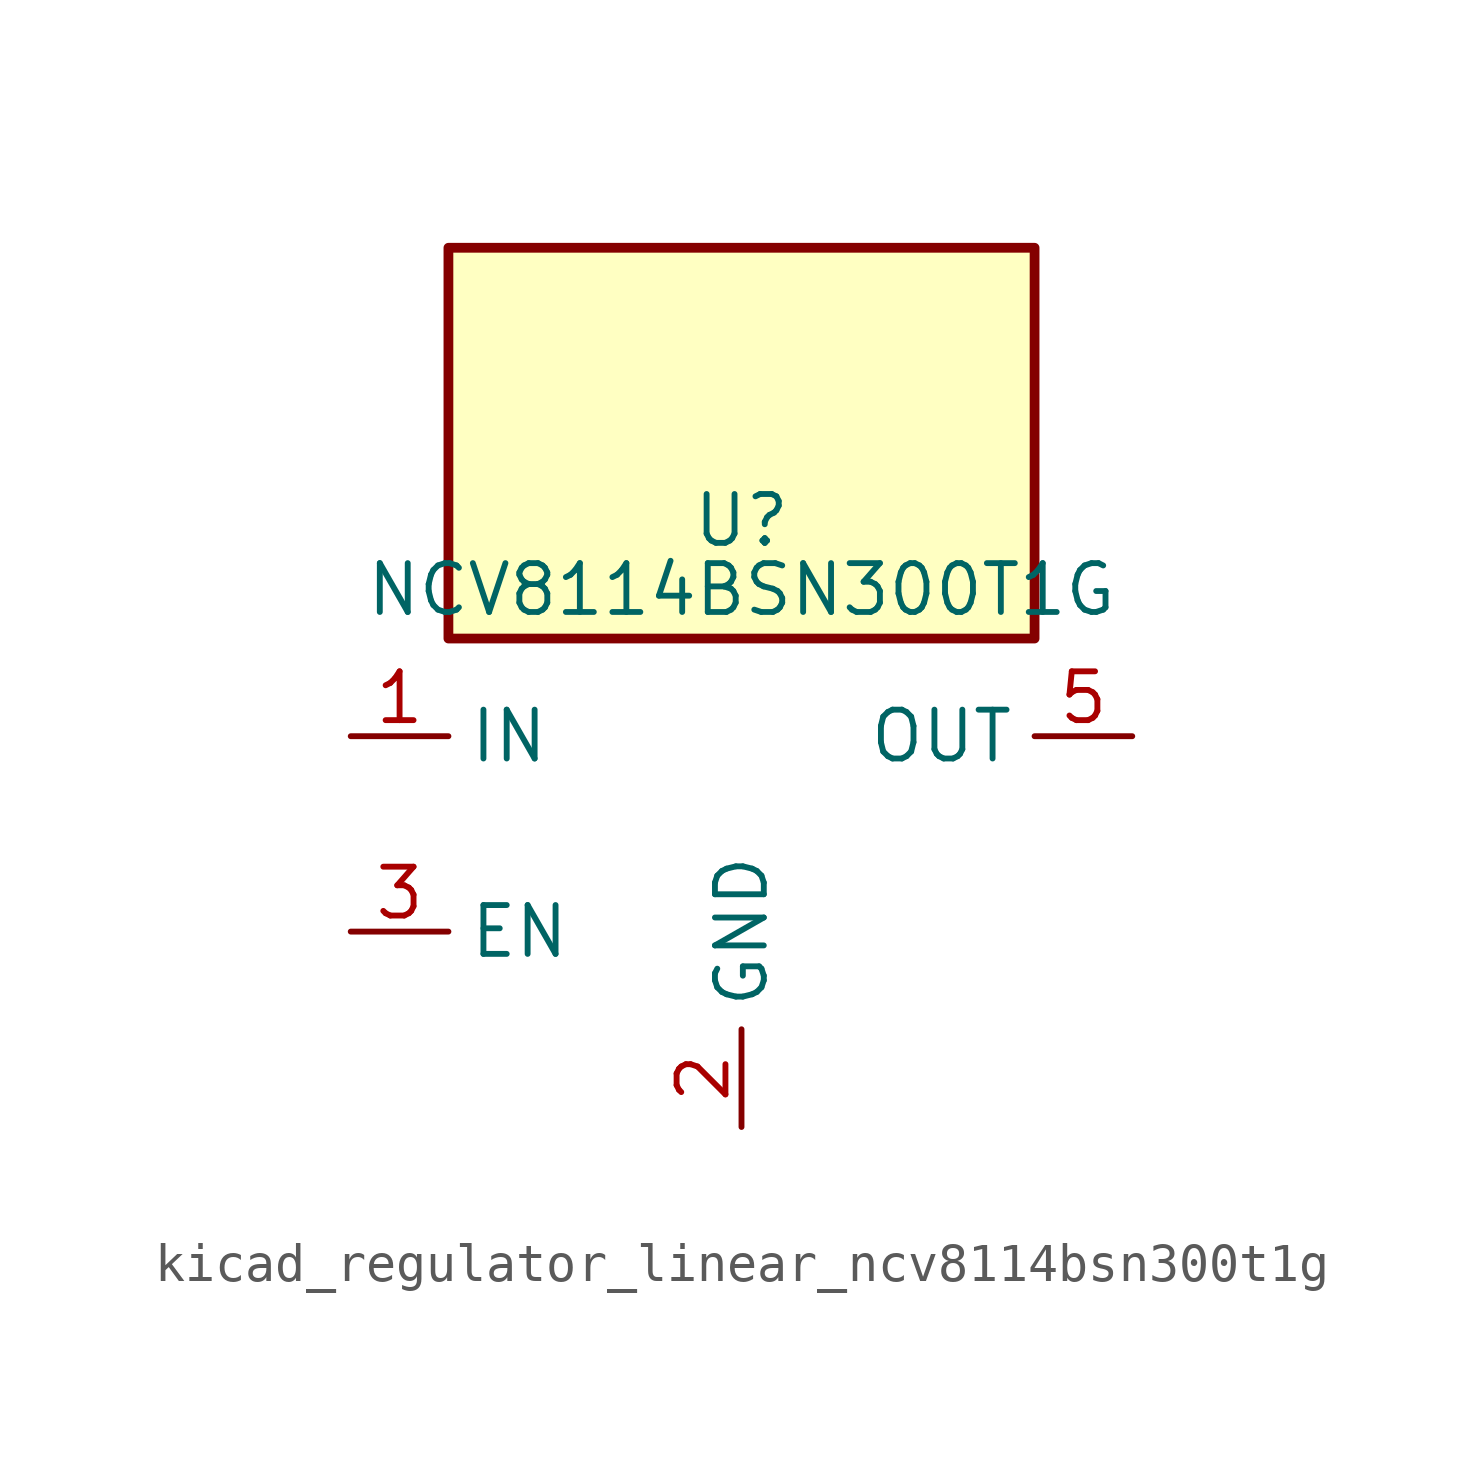
<source format=kicad_sym>
(kicad_symbol_lib
  (version 20220914)
  (generator kicad_symbol_editor)
  (symbol "kicad_regulator_linear_ncv8114bsn300t1g"
    (property "Reference" "U"
      (at 0 8.89 0)
      (effects (font (size 1.27 1.27)) (justify top)))
    (property "Value" "NCV8114BSN300T1G"
      (at 0 6.35 0)
      (effects (font (size 1.27 1.27))))
    (symbol "kicad_regulator_linear_ncv8114bsn300t1g_0_1"
      (rectangle (start 7.62 15.24) (end -7.62 5.08) (stroke (width 0.254) (type default)) (fill (type background))))
    (symbol "kicad_regulator_linear_ncv8114bsn300t1g_1_1"
      (pin power_in line (at -10.16 2.54 0) (length 2.54) (name "IN" (effects (font (size 1.27 1.27)))) (number "1" (effects (font (size 1.27 1.27)))))
      (pin power_in line (at 0 -7.62 90) (length 2.54) (name "GND" (effects (font (size 1.27 1.27)))) (number "2" (effects (font (size 1.27 1.27)))))
      (pin input line (at -10.16 -2.54 0) (length 2.54) (name "EN" (effects (font (size 1.27 1.27)))) (number "3" (effects (font (size 1.27 1.27)))))
      (pin no_connect line (at 7.62 -2.54 180) (length 2.54) hide (name "NC" (effects (font (size 1.27 1.27)))) (number "4" (effects (font (size 1.27 1.27)))))
      (pin power_out line (at 10.16 2.54 180) (length 2.54) (name "OUT" (effects (font (size 1.27 1.27)))) (number "5" (effects (font (size 1.27 1.27))))))))
</source>
